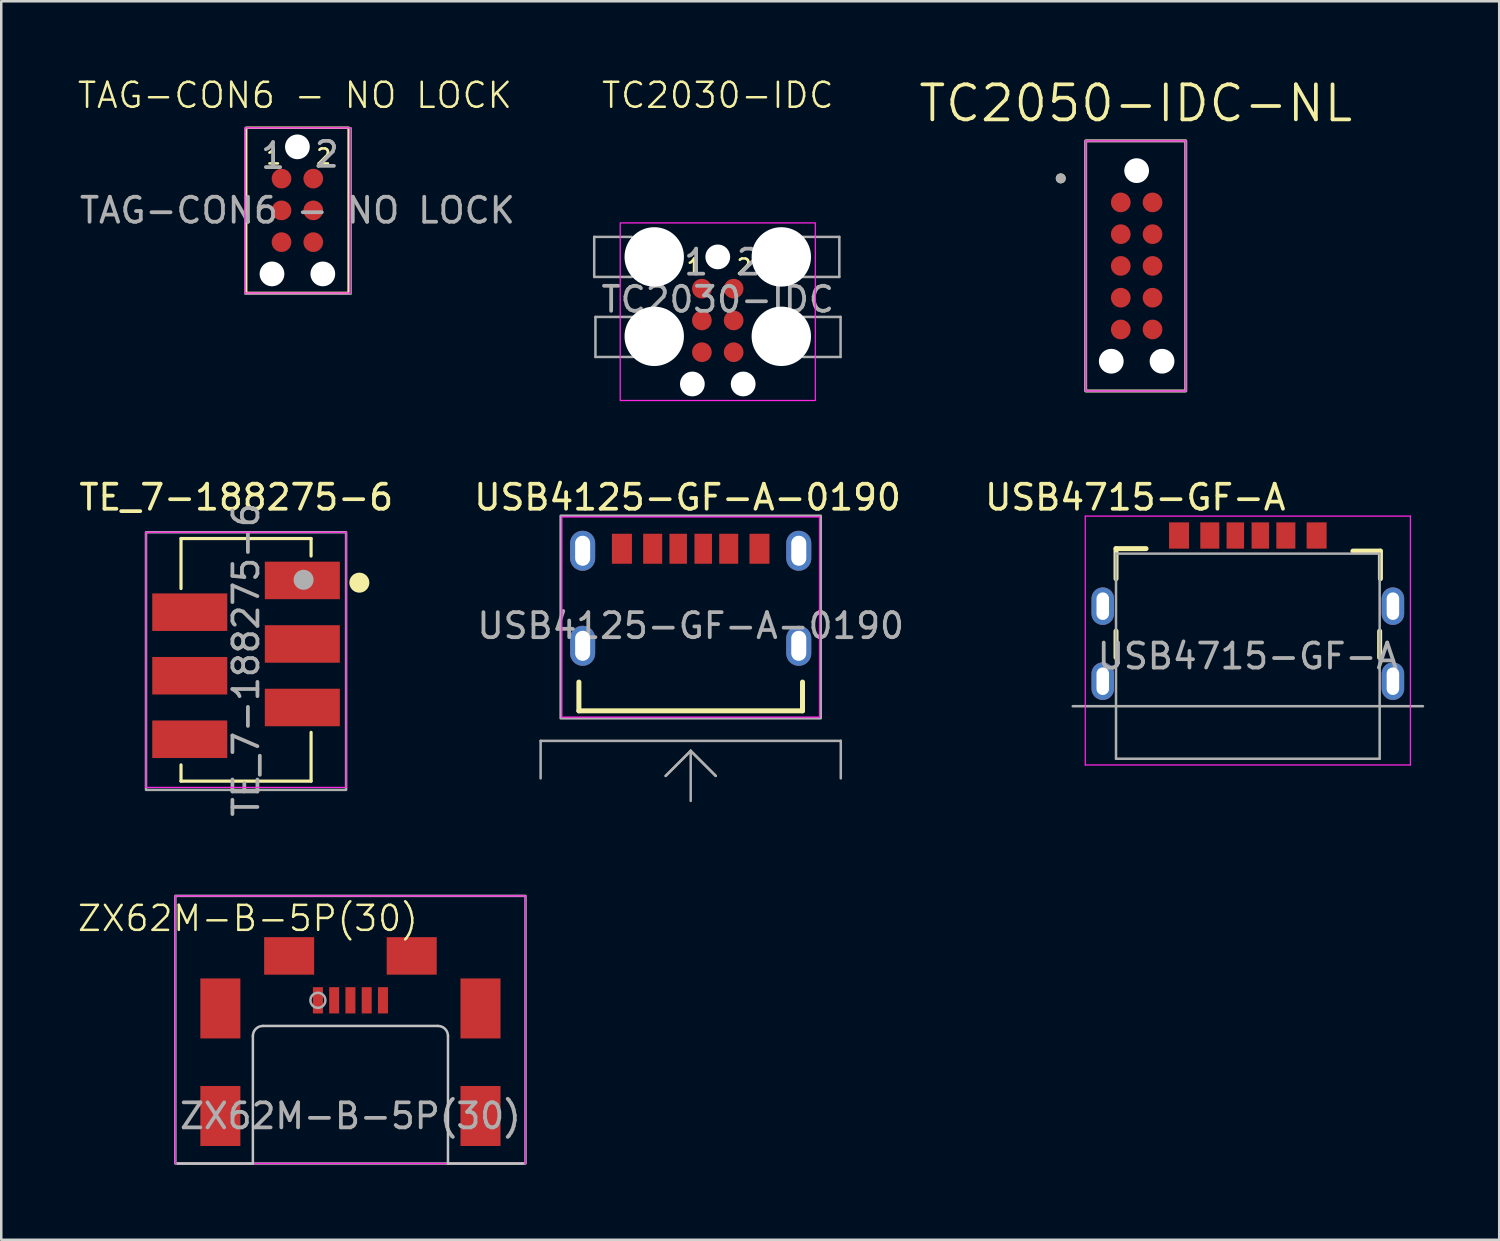
<source format=kicad_pcb>
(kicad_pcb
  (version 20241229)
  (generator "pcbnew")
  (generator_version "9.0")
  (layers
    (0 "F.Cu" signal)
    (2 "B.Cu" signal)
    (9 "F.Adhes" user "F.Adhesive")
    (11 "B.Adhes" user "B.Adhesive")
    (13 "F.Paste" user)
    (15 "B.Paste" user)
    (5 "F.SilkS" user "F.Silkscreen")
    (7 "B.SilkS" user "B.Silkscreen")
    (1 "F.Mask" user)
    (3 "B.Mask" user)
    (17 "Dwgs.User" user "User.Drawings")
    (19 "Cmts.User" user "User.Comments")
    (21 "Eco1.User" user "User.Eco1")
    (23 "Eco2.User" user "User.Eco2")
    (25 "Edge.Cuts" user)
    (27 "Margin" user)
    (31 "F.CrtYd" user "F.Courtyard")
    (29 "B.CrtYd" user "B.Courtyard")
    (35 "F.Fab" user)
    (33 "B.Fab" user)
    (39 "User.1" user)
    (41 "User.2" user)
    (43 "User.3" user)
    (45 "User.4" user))
  (footprint "TE_7-188275-6"
    (layer "F.Cu")
    (at 6.787 23.33)
    (property "Reference" "TE_7-188275-6" (at -0.392 -6.496 0) (layer "F.SilkS") (effects (font (size 1.001 1.001) (thickness 0.15))))
    (attr smd)
    (fp_line (start -2.6 -4.85) (end 2.6 -4.85) (stroke (width 0.127) (type solid)) (layer "F.SilkS"))
    (fp_line (start -2.6 -2.85) (end -2.6 -4.85) (stroke (width 0.127) (type solid)) (layer "F.SilkS"))
    (fp_line (start -2.6 4.85) (end -2.6 4.2) (stroke (width 0.127) (type solid)) (layer "F.SilkS"))
    (fp_line (start 2.6 -4.85) (end 2.6 -4.15) (stroke (width 0.127) (type solid)) (layer "F.SilkS"))
    (fp_line (start 2.6 2.9) (end 2.6 4.85) (stroke (width 0.127) (type solid)) (layer "F.SilkS"))
    (fp_line (start 2.6 4.85) (end -2.6 4.85) (stroke (width 0.127) (type solid)) (layer "F.SilkS"))
    (fp_circle (center 4.53 -3.085) (end 4.73 -3.085) (stroke (width 0.4) (type solid)) (fill no) (layer "F.SilkS"))
    (fp_line (start -4 -5.1) (end 4 -5.1) (stroke (width 0.05) (type solid)) (layer "F.CrtYd"))
    (fp_line (start -4 5.1) (end -4 -5.1) (stroke (width 0.05) (type solid)) (layer "F.CrtYd"))
    (fp_line (start 4 -5.1) (end 4 5.1) (stroke (width 0.05) (type solid)) (layer "F.CrtYd"))
    (fp_line (start 4 5.1) (end -4 5.1) (stroke (width 0.05) (type solid)) (layer "F.CrtYd"))
    (fp_rect (start -4 -5.1) (end 4 5.2) (stroke (width 0.1) (type default)) (fill no) (layer "F.Fab"))
    (fp_circle (center 2.3 -3.2) (end 2.5 -3.2) (stroke (width 0.4) (type solid)) (fill no) (layer "F.Fab"))
    (fp_text user "${REFERENCE}" (at 0 0 90) (unlocked yes) (layer "F.Fab") (effects (font (size 1 1) (thickness 0.15))))
    (pad "1" smd rect (at 2.25 -3.175 180) (size 3 1.5) (layers "F.Cu" "F.Mask" "F.Paste"))
    (pad "2" smd rect (at -2.25 -1.905 180) (size 3 1.5) (layers "F.Cu" "F.Mask" "F.Paste"))
    (pad "3" smd rect (at 2.25 -0.635 180) (size 3 1.5) (layers "F.Cu" "F.Mask" "F.Paste"))
    (pad "4" smd rect (at -2.25 0.635 180) (size 3 1.5) (layers "F.Cu" "F.Mask" "F.Paste"))
    (pad "5" smd rect (at 2.25 1.905 180) (size 3 1.5) (layers "F.Cu" "F.Mask" "F.Paste"))
    (pad "6" smd rect (at -2.25 3.175 180) (size 3 1.5) (layers "F.Cu" "F.Mask" "F.Paste")))
  (footprint "TC2030-IDC"
    (layer "F.Cu")
    (at 25.646 9.761)
    (property "Reference" "TC2030-IDC" (at 0 -9 0) (unlocked yes) (layer "F.SilkS") (effects (font (size 1 1) (thickness 0.1))))
    (attr smd)
    (fp_rect (start -3.9 -3.9) (end 3.9 3.2) (stroke (width 0.05) (type default)) (fill no) (layer "F.CrtYd"))
    (fp_line (start -4.94 -3.34) (end -4.94 -1.74) (stroke (width 0.1) (type default)) (layer "F.Fab"))
    (fp_line (start -4.94 -3.34) (end -3.44 -3.34) (stroke (width 0.1) (type default)) (layer "F.Fab"))
    (fp_line (start -4.94 -1.74) (end -3.44 -1.74) (stroke (width 0.1) (type default)) (layer "F.Fab"))
    (fp_line (start -4.89 -0.14) (end -4.89 1.46) (stroke (width 0.1) (type default)) (layer "F.Fab"))
    (fp_line (start -4.89 -0.14) (end -3.39 -0.14) (stroke (width 0.1) (type default)) (layer "F.Fab"))
    (fp_line (start -4.89 1.46) (end -3.39 1.46) (stroke (width 0.1) (type default)) (layer "F.Fab"))
    (fp_line (start 4.86 -3.34) (end 3.36 -3.34) (stroke (width 0.1) (type default)) (layer "F.Fab"))
    (fp_line (start 4.86 -1.74) (end 3.36 -1.74) (stroke (width 0.1) (type default)) (layer "F.Fab"))
    (fp_line (start 4.86 -1.74) (end 4.86 -3.34) (stroke (width 0.1) (type default)) (layer "F.Fab"))
    (fp_line (start 4.91 -0.14) (end 3.41 -0.14) (stroke (width 0.1) (type default)) (layer "F.Fab"))
    (fp_line (start 4.91 1.46) (end 3.41 1.46) (stroke (width 0.1) (type default)) (layer "F.Fab"))
    (fp_line (start 4.91 1.46) (end 4.91 -0.14) (stroke (width 0.1) (type default)) (layer "F.Fab"))
    (fp_text user "1" (at -1.3 -1.8 0) (unlocked yes) (layer "F.SilkS") (effects (font (size 0.6 0.6) (thickness 0.1)) (justify left bottom)))
    (fp_text user "2" (at 0.7 -1.8 0) (unlocked yes) (layer "F.SilkS") (effects (font (size 0.6 0.6) (thickness 0.1)) (justify left bottom)))
    (fp_text user "2" (at 0.66 -1.74 0) (unlocked yes) (layer "F.Fab") (effects (font (size 1 1) (thickness 0.15)) (justify left bottom)))
    (fp_text user "${REFERENCE}" (at 0 -0.84 0) (unlocked yes) (layer "F.Fab") (effects (font (size 1 1) (thickness 0.15))))
    (fp_text user "1" (at -1.44 -1.74 0) (unlocked yes) (layer "F.Fab") (effects (font (size 1 1) (thickness 0.15)) (justify left bottom)))
    (pad "" np_thru_hole circle (at -2.54 -2.54) (size 2.375 2.375) (drill 2.375) (layers "*.Cu" "*.Mask"))
    (pad "" np_thru_hole circle (at -2.54 0.635) (size 2.375 2.375) (drill 2.375) (layers "*.Cu" "*.Mask"))
    (pad "" np_thru_hole circle (at -1.016 2.54) (size 0.991 0.991) (drill 0.991) (layers "*.Cu" "*.Mask"))
    (pad "" np_thru_hole circle (at 0 -2.54) (size 0.991 0.991) (drill 0.991) (layers "*.Cu" "*.Mask"))
    (pad "" np_thru_hole circle (at 1.016 2.54) (size 0.991 0.991) (drill 0.991) (layers "*.Cu" "*.Mask"))
    (pad "" np_thru_hole circle (at 2.54 -2.54) (size 2.375 2.375) (drill 2.375) (layers "*.Cu" "*.Mask"))
    (pad "" np_thru_hole circle (at 2.54 0.635) (size 2.375 2.375) (drill 2.375) (layers "*.Cu" "*.Mask"))
    (pad "1" smd circle (at -0.635 -1.27) (size 0.787 0.787) (layers "F.Cu" "F.Mask"))
    (pad "2" smd circle (at 0.635 -1.27) (size 0.787 0.787) (layers "F.Cu" "F.Mask"))
    (pad "3" smd circle (at -0.635 0) (size 0.787 0.787) (layers "F.Cu" "F.Mask"))
    (pad "4" smd circle (at 0.635 0) (size 0.787 0.787) (layers "F.Cu" "F.Mask"))
    (pad "5" smd circle (at -0.635 1.27) (size 0.787 0.787) (layers "F.Cu" "F.Mask"))
    (pad "6" smd circle (at 0.635 1.27) (size 0.787 0.787) (layers "F.Cu" "F.Mask")))
  (footprint "ZX62M-B-5P(30)"
    (layer "F.Cu")
    (at 10.96 41.567)
    (property "Reference" "ZX62M-B-5P(30)" (at -4.1 -7.9 0) (unlocked yes) (layer "F.SilkS") (effects (font (size 1 1) (thickness 0.1))))
    (attr smd)
    (fp_line (start -3.9 -3.2) (end -3.9 1.9) (stroke (width 0.1) (type default)) (layer "Dwgs.User"))
    (fp_line (start -3.9 1.9) (end -6.9 1.9) (stroke (width 0.1) (type default)) (layer "Dwgs.User"))
    (fp_line (start -3.5 -3.6) (end 3.5 -3.6) (stroke (width 0.1) (type default)) (layer "Dwgs.User"))
    (fp_line (start 3.9 -3.2) (end 3.9 1.9) (stroke (width 0.1) (type default)) (layer "Dwgs.User"))
    (fp_line (start 3.9 1.9) (end 6.9 1.9) (stroke (width 0.1) (type default)) (layer "Dwgs.User"))
    (fp_arc (start -3.9 -3.2) (mid -3.782842 -3.482842) (end -3.5 -3.6) (stroke (width 0.1) (type default)) (layer "Dwgs.User"))
    (fp_arc (start 3.5 -3.6) (mid 3.782842 -3.482843) (end 3.9 -3.2) (stroke (width 0.1) (type default)) (layer "Dwgs.User"))
    (fp_rect (start -7 -8.8) (end 7 1.9) (stroke (width 0.05) (type default)) (fill no) (layer "F.CrtYd"))
    (fp_rect (start -7 -8.8) (end 7 1.9) (stroke (width 0.1) (type default)) (fill no) (layer "F.Fab"))
    (fp_circle (center -1.3 -4.625) (end -1 -4.625) (stroke (width 0.1) (type solid)) (fill no) (layer "F.Fab"))
    (fp_text user "${REFERENCE}" (at 0 0 0) (unlocked yes) (layer "F.Fab") (effects (font (size 1 1) (thickness 0.15))))
    (pad "1" smd rect (at -1.3 -4.625) (size 0.4 1.05) (layers "F.Cu" "F.Mask" "F.Paste"))
    (pad "2" smd rect (at -0.65 -4.625) (size 0.4 1.05) (layers "F.Cu" "F.Mask" "F.Paste"))
    (pad "3" smd rect (at 0 -4.625) (size 0.4 1.05) (layers "F.Cu" "F.Mask" "F.Paste"))
    (pad "4" smd rect (at 0.65 -4.625) (size 0.4 1.05) (layers "F.Cu" "F.Mask" "F.Paste"))
    (pad "5" smd rect (at 1.3 -4.625) (size 0.4 1.05) (layers "F.Cu" "F.Mask" "F.Paste"))
    (pad "6" smd rect (at -5.2 0) (size 1.6 2.4) (layers "F.Cu" "F.Mask" "F.Paste"))
    (pad "7" smd rect (at -5.2 -4.3) (size 1.6 2.4) (layers "F.Cu" "F.Mask" "F.Paste"))
    (pad "8" smd rect (at -2.45 -6.4) (size 2 1.5) (layers "F.Cu" "F.Mask" "F.Paste"))
    (pad "9" smd rect (at 2.45 -6.4) (size 2 1.5) (layers "F.Cu" "F.Mask" "F.Paste"))
    (pad "10" smd rect (at 5.2 -4.3) (size 1.6 2.4) (layers "F.Cu" "F.Mask" "F.Paste"))
    (pad "11" smd rect (at 5.2 0) (size 1.6 2.4) (layers "F.Cu" "F.Mask" "F.Paste")))
  (footprint "TAG-CON6 - NO LOCK"
    (layer "F.Cu")
    (at 8.84 5.361)
    (property "Reference" "TAG-CON6 - NO LOCK" (at -0.1 -4.6 0) (unlocked yes) (layer "F.SilkS") (effects (font (size 1 1) (thickness 0.1))))
    (attr smd exclude_from_bom)
    (fp_rect (start -2.048 -3.306) (end 2.048 3.3) (stroke (width 0.1) (type default)) (fill no) (layer "F.SilkS"))
    (fp_rect (start -2.1 -3.3) (end 2.1 3.3) (stroke (width 0.05) (type default)) (fill no) (layer "F.CrtYd"))
    (fp_rect (start -2.1 -3.3) (end 2.15 3.35) (stroke (width 0.05) (type default)) (fill no) (layer "F.Fab"))
    (fp_text user "1" (at -1.3 -1.8 0) (unlocked yes) (layer "F.SilkS") (effects (font (size 0.6 0.6) (thickness 0.1)) (justify left bottom)))
    (fp_text user "2" (at 0.7 -1.8 0) (unlocked yes) (layer "F.SilkS") (effects (font (size 0.6 0.6) (thickness 0.1)) (justify left bottom)))
    (fp_text user "1" (at -1.55 -1.6 0) (unlocked yes) (layer "F.Fab") (effects (font (size 1 1) (thickness 0.15)) (justify left bottom)))
    (fp_text user "2" (at 0.6 -1.65 0) (unlocked yes) (layer "F.Fab") (effects (font (size 1 1) (thickness 0.15)) (justify left bottom)))
    (fp_text user "${REFERENCE}" (at 0 0 0) (unlocked yes) (layer "F.Fab") (effects (font (size 1 1) (thickness 0.15))))
    (pad "" np_thru_hole circle (at -1.016 2.54) (size 0.991 0.991) (drill 0.991) (layers "*.Cu" "*.Mask"))
    (pad "" np_thru_hole circle (at 0 -2.54) (size 0.991 0.991) (drill 0.991) (layers "*.Cu" "*.Mask"))
    (pad "" np_thru_hole circle (at 1.016 2.54) (size 0.991 0.991) (drill 0.991) (layers "*.Cu" "*.Mask"))
    (pad "1" smd circle (at -0.635 -1.27) (size 0.787 0.787) (layers "F.Cu" "F.Mask"))
    (pad "2" smd circle (at 0.635 -1.27) (size 0.787 0.787) (layers "F.Cu" "F.Mask"))
    (pad "3" smd circle (at -0.635 0) (size 0.787 0.787) (layers "F.Cu" "F.Mask"))
    (pad "4" smd circle (at 0.635 0) (size 0.787 0.787) (layers "F.Cu" "F.Mask"))
    (pad "5" smd circle (at -0.635 1.27) (size 0.787 0.787) (layers "F.Cu" "F.Mask"))
    (pad "6" smd circle (at 0.635 1.27) (size 0.787 0.787) (layers "F.Cu" "F.Mask")))
  (footprint "TC2050-IDC-NL"
    (layer "F.Cu")
    (at 42.358 7.582)
    (property "Reference" "TC2050-IDC-NL" (at 0 -6.5 0) (layer "F.SilkS") (effects (font (size 1.4 1.4) (thickness 0.15))))
    (attr smd)
    (fp_rect (start -2 -5) (end 2 5) (stroke (width 0.11) (type default)) (fill no) (layer "F.SilkS"))
    (fp_circle (center -3 -3.5) (end -2.9 -3.5) (stroke (width 0.2) (type solid)) (fill no) (layer "F.SilkS"))
    (fp_rect (start -2 -5) (end 2 5) (stroke (width 0.05) (type default)) (fill no) (layer "F.CrtYd"))
    (fp_rect (start -2 -5) (end 2 5) (stroke (width 0.1) (type default)) (fill no) (layer "F.Fab"))
    (fp_circle (center -3 -3.5) (end -2.9 -3.5) (stroke (width 0.2) (type solid)) (fill no) (layer "F.Fab"))
    (pad "" np_thru_hole circle (at -0.98 3.81) (size 0.991 0.991) (drill 0.991) (layers "*.Cu" "*.Mask"))
    (pad "" np_thru_hole circle (at 0.035 -3.81) (size 0.991 0.991) (drill 0.991) (layers "*.Cu" "*.Mask"))
    (pad "" np_thru_hole circle (at 1.05 3.81) (size 0.991 0.991) (drill 0.991) (layers "*.Cu" "*.Mask"))
    (pad "1" smd circle (at -0.6 -2.54) (size 0.787 0.787) (layers "F.Cu" "F.Mask"))
    (pad "2" smd circle (at -0.6 -1.27) (size 0.787 0.787) (layers "F.Cu" "F.Mask"))
    (pad "3" smd circle (at -0.6 0) (size 0.787 0.787) (layers "F.Cu" "F.Mask"))
    (pad "4" smd circle (at -0.6 1.27) (size 0.787 0.787) (layers "F.Cu" "F.Mask"))
    (pad "5" smd circle (at -0.6 2.54) (size 0.787 0.787) (layers "F.Cu" "F.Mask"))
    (pad "6" smd circle (at 0.67 2.54) (size 0.787 0.787) (layers "F.Cu" "F.Mask"))
    (pad "7" smd circle (at 0.67 1.27) (size 0.787 0.787) (layers "F.Cu" "F.Mask"))
    (pad "8" smd circle (at 0.67 0) (size 0.787 0.787) (layers "F.Cu" "F.Mask"))
    (pad "9" smd circle (at 0.67 -1.27) (size 0.787 0.787) (layers "F.Cu" "F.Mask"))
    (pad "10" smd circle (at 0.67 -2.54) (size 0.787 0.787) (layers "F.Cu" "F.Mask")))
  (footprint "USB4715-GF-A"
    (layer "F.Cu")
    (at 46.838 23.184)
    (property "Reference" "USB4715-GF-A" (at -4.5 -6.35 0) (layer "F.SilkS") (effects (font (size 1 1) (thickness 0.15))))
    (attr smd)
    (fp_line (start -5.27 -4.3) (end -5.27 -3.1) (stroke (width 0.2) (type solid)) (layer "F.SilkS"))
    (fp_line (start -5.27 -4.3) (end -4.07 -4.3) (stroke (width 0.2) (type solid)) (layer "F.SilkS"))
    (fp_line (start -5.27 -1) (end -5.27 0.05) (stroke (width 0.2) (type solid)) (layer "F.SilkS"))
    (fp_line (start 4.2 -4.2) (end 5.3 -4.2) (stroke (width 0.2) (type solid)) (layer "F.SilkS"))
    (fp_line (start 5.27 -1) (end 5.27 0.05) (stroke (width 0.2) (type solid)) (layer "F.SilkS"))
    (fp_line (start 5.3 -4.2) (end 5.3 -3.1) (stroke (width 0.2) (type solid)) (layer "F.SilkS"))
    (fp_line (start -6.5 -5.6) (end -6.5 4.35) (stroke (width 0.05) (type solid)) (layer "F.CrtYd"))
    (fp_line (start -6.5 4.35) (end 6.5 4.35) (stroke (width 0.05) (type solid)) (layer "F.CrtYd"))
    (fp_line (start 6.5 -5.6) (end -6.5 -5.6) (stroke (width 0.05) (type solid)) (layer "F.CrtYd"))
    (fp_line (start 6.5 4.35) (end 6.5 -5.6) (stroke (width 0.05) (type solid)) (layer "F.CrtYd"))
    (fp_line (start -5.27 -4.1) (end -5.27 4.1) (stroke (width 0.1) (type solid)) (layer "F.Fab"))
    (fp_line (start -5.27 -4.1) (end 5.27 -4.1) (stroke (width 0.1) (type solid)) (layer "F.Fab"))
    (fp_line (start -5.27 4.1) (end 5.27 4.1) (stroke (width 0.1) (type solid)) (layer "F.Fab"))
    (fp_line (start 5.27 -4.1) (end 5.27 4.1) (stroke (width 0.1) (type solid)) (layer "F.Fab"))
    (fp_line (start 7 2) (end -7 2) (stroke (width 0.1) (type solid)) (layer "F.Fab"))
    (fp_line (start -5.15 -3.558) (end -5.15 2) (stroke (width 0.01) (type solid)) (layer "User.1"))
    (fp_line (start -5.15 2) (end 5.15 2) (stroke (width 0.01) (type solid)) (layer "User.1"))
    (fp_line (start -4.408 -4.3) (end 4.408 -4.3) (stroke (width 0.01) (type solid)) (layer "User.1"))
    (fp_line (start 5.15 2) (end 5.15 -3.558) (stroke (width 0.01) (type solid)) (layer "User.1"))
    (fp_arc (start -5.3375 -3.83649) (mid -5.201253 -3.726086) (end -5.15 -3.55838) (stroke (width 0.01) (type solid)) (layer "User.1"))
    (fp_arc (start -5.3375 -3.83649) (mid -5.50355 -4.653551) (end -4.68649 -4.487499) (stroke (width 0.01) (type solid)) (layer "User.1"))
    (fp_arc (start -4.40838 -4.29999) (mid -4.576088 -4.351247) (end -4.68649 -4.4875) (stroke (width 0.01) (type solid)) (layer "User.1"))
    (fp_arc (start 4.68649 -4.4875) (mid 4.576086 -4.351253) (end 4.40838 -4.3) (stroke (width 0.01) (type solid)) (layer "User.1"))
    (fp_arc (start 4.68649 -4.4875) (mid 5.503551 -4.65355) (end 5.337499 -3.83649) (stroke (width 0.01) (type solid)) (layer "User.1"))
    (fp_arc (start 5.14999 -3.55838) (mid 5.201247 -3.726088) (end 5.3375 -3.83649) (stroke (width 0.01) (type solid)) (layer "User.1"))
    (fp_text user "${REFERENCE}" (at 0 0 0) (unlocked yes) (layer "F.Fab") (effects (font (size 1 1) (thickness 0.15))))
    (fp_text user "PCB EDGE" (at 0 1.5 0) (layer "User.1") (effects (font (size 0.64 0.64) (thickness 0.15))))
    (pad "A5" smd rect (at -0.5 -4.825) (size 0.7 1.05) (layers "F.Cu" "F.Mask" "F.Paste"))
    (pad "A9" smd rect (at 1.52 -4.825) (size 0.76 1.05) (layers "F.Cu" "F.Mask" "F.Paste"))
    (pad "A12" smd rect (at 2.75 -4.825) (size 0.8 1.05) (layers "F.Cu" "F.Mask" "F.Paste"))
    (pad "B5" smd rect (at 0.5 -4.825) (size 0.7 1.05) (layers "F.Cu" "F.Mask" "F.Paste"))
    (pad "B9" smd rect (at -1.52 -4.825) (size 0.76 1.05) (layers "F.Cu" "F.Mask" "F.Paste"))
    (pad "B12" smd rect (at -2.75 -4.825) (size 0.8 1.05) (layers "F.Cu" "F.Mask" "F.Paste"))
    (pad "S1" thru_hole oval (at -5.8 1) (size 0.9 1.5) (drill oval 0.5 1.1) (layers "*.Cu" "*.Mask"))
    (pad "S2" thru_hole oval (at 5.8 1) (size 0.9 1.5) (drill oval 0.5 1.1) (layers "*.Cu" "*.Mask"))
    (pad "S3" thru_hole oval (at -5.8 -2) (size 0.9 1.5) (drill oval 0.5 1.1) (layers "*.Cu" "*.Mask"))
    (pad "S4" thru_hole oval (at 5.8 -2) (size 0.9 1.5) (drill oval 0.5 1.1) (layers "*.Cu" "*.Mask")))
  (footprint "USB4125-GF-A-0190"
    (layer "F.Cu")
    (at 24.564 21.969)
    (property "Reference" "USB4125-GF-A-0190" (at -0.125 -5.135 0) (layer "F.SilkS") (effects (font (size 1 1) (thickness 0.15))))
    (attr smd)
    (fp_line (start -4.47 2.25) (end -4.47 3.4) (stroke (width 0.2) (type solid)) (layer "F.SilkS"))
    (fp_line (start -4.47 3.4) (end 4.47 3.4) (stroke (width 0.2) (type solid)) (layer "F.SilkS"))
    (fp_line (start 4.47 3.4) (end 4.47 2.25) (stroke (width 0.2) (type solid)) (layer "F.SilkS"))
    (fp_line (start -5.15 -4.35) (end 5.15 -4.35) (stroke (width 0.05) (type solid)) (layer "F.CrtYd"))
    (fp_line (start -5.15 3.65) (end -5.15 -4.35) (stroke (width 0.05) (type solid)) (layer "F.CrtYd"))
    (fp_line (start 5.15 -4.35) (end 5.15 3.65) (stroke (width 0.05) (type solid)) (layer "F.CrtYd"))
    (fp_line (start 5.15 3.65) (end -5.15 3.65) (stroke (width 0.05) (type solid)) (layer "F.CrtYd"))
    (fp_line (start -6 4.6) (end -6 6.1) (stroke (width 0.1) (type default)) (layer "F.Fab"))
    (fp_line (start -1 6) (end 0 5) (stroke (width 0.1) (type default)) (layer "F.Fab"))
    (fp_line (start 0 5) (end -1 6) (stroke (width 0.1) (type default)) (layer "F.Fab"))
    (fp_line (start 0 5) (end 0 7) (stroke (width 0.1) (type default)) (layer "F.Fab"))
    (fp_line (start 0 5) (end 1 6) (stroke (width 0.1) (type default)) (layer "F.Fab"))
    (fp_line (start 1 6) (end 0 5) (stroke (width 0.1) (type default)) (layer "F.Fab"))
    (fp_line (start 6 4.6) (end -6 4.6) (stroke (width 0.1) (type default)) (layer "F.Fab"))
    (fp_line (start 6 4.6) (end 6 6.1) (stroke (width 0.1) (type default)) (layer "F.Fab"))
    (fp_rect (start -5.2 -4.4) (end 5.2 3.7) (stroke (width 0.1) (type default)) (fill no) (layer "F.Fab"))
    (fp_text user "${REFERENCE}" (at 0 0 0) (unlocked yes) (layer "F.Fab") (effects (font (size 1 1) (thickness 0.15))))
    (pad "A5" smd rect (at -0.5 -3.08) (size 0.7 1.2) (layers "F.Cu" "F.Mask" "F.Paste"))
    (pad "A9" smd rect (at 1.52 -3.08) (size 0.76 1.2) (layers "F.Cu" "F.Mask" "F.Paste"))
    (pad "A12" smd rect (at 2.75 -3.08) (size 0.8 1.2) (layers "F.Cu" "F.Mask" "F.Paste"))
    (pad "B5" smd rect (at 0.5 -3.08) (size 0.7 1.2) (layers "F.Cu" "F.Mask" "F.Paste"))
    (pad "B9" smd rect (at -1.52 -3.08) (size 0.76 1.2) (layers "F.Cu" "F.Mask" "F.Paste"))
    (pad "B12" smd rect (at -2.75 -3.08) (size 0.8 1.2) (layers "F.Cu" "F.Mask" "F.Paste"))
    (pad "S1" thru_hole oval (at -4.32 -3) (size 1 1.6) (drill oval 0.6 1.2) (layers "*.Cu" "*.Mask"))
    (pad "S2" thru_hole oval (at 4.32 -3) (size 1 1.6) (drill oval 0.6 1.2) (layers "*.Cu" "*.Mask"))
    (pad "S3" thru_hole oval (at -4.32 0.8) (size 1 1.6) (drill oval 0.6 1.2) (layers "*.Cu" "*.Mask"))
    (pad "S4" thru_hole oval (at 4.32 0.8) (size 1 1.6) (drill oval 0.6 1.2) (layers "*.Cu" "*.Mask")))
  (gr_rect
    (start -3 -3)
    (end 56.888 46.517)
    (stroke (width 0.1) (type default))
    (fill no)
    (layer "Edge.Cuts")))
</source>
